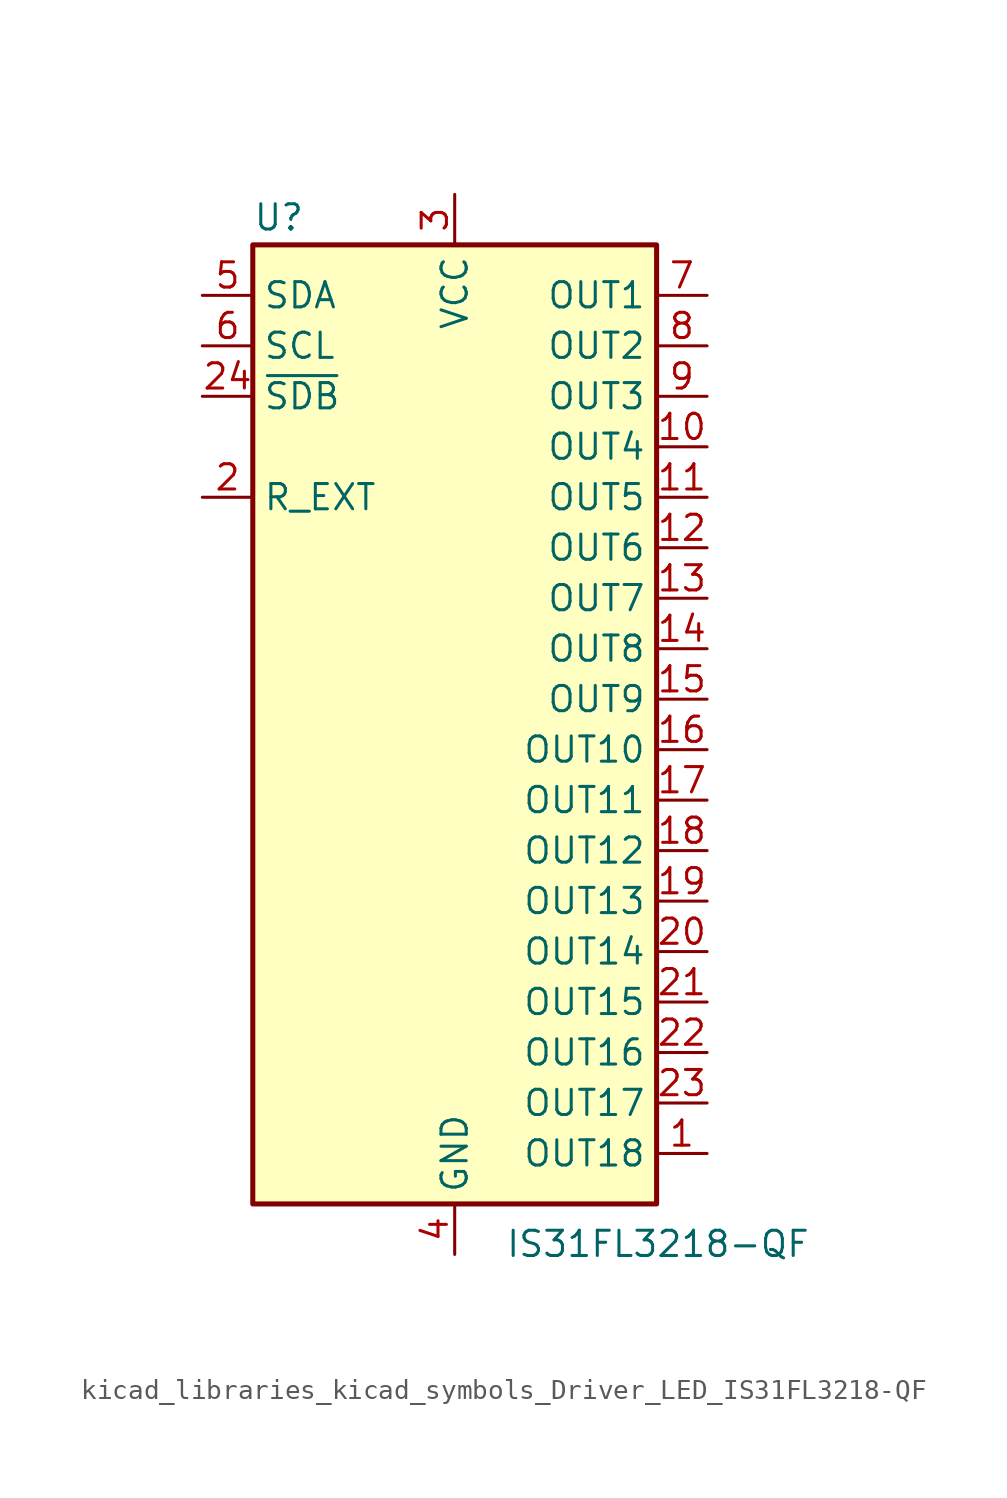
<source format=kicad_sym>
(kicad_symbol_lib
  (version 20220914)
  (generator kicad_symbol_editor)
  (symbol "kicad_libraries_kicad_symbols_Driver_LED_IS31FL3218-QF"
    (property "Reference" "U"
      (at -10.16 26.035 0)
      (effects (font (size 1.27 1.27)) (justify left bottom)))
    (property "Value" "IS31FL3218-QF"
      (at 2.54 -24.13 0)
      (effects (font (size 1.27 1.27)) (justify left top)))
    (symbol "kicad_libraries_kicad_symbols_Driver_LED_IS31FL3218-QF_0_1"
      (rectangle (start -10.16 25.4) (end 10.16 -22.86) (stroke (width 0.254) (type default)) (fill (type background))))
    (symbol "kicad_libraries_kicad_symbols_Driver_LED_IS31FL3218-QF_1_1"
      (pin open_collector line (at 12.7 -20.32 180) (length 2.54) (name "OUT18" (effects (font (size 1.27 1.27)))) (number "1" (effects (font (size 1.27 1.27)))))
      (pin open_collector line (at 12.7 15.24 180) (length 2.54) (name "OUT4" (effects (font (size 1.27 1.27)))) (number "10" (effects (font (size 1.27 1.27)))))
      (pin open_collector line (at 12.7 12.7 180) (length 2.54) (name "OUT5" (effects (font (size 1.27 1.27)))) (number "11" (effects (font (size 1.27 1.27)))))
      (pin open_collector line (at 12.7 10.16 180) (length 2.54) (name "OUT6" (effects (font (size 1.27 1.27)))) (number "12" (effects (font (size 1.27 1.27)))))
      (pin open_collector line (at 12.7 7.62 180) (length 2.54) (name "OUT7" (effects (font (size 1.27 1.27)))) (number "13" (effects (font (size 1.27 1.27)))))
      (pin open_collector line (at 12.7 5.08 180) (length 2.54) (name "OUT8" (effects (font (size 1.27 1.27)))) (number "14" (effects (font (size 1.27 1.27)))))
      (pin open_collector line (at 12.7 2.54 180) (length 2.54) (name "OUT9" (effects (font (size 1.27 1.27)))) (number "15" (effects (font (size 1.27 1.27)))))
      (pin open_collector line (at 12.7 0 180) (length 2.54) (name "OUT10" (effects (font (size 1.27 1.27)))) (number "16" (effects (font (size 1.27 1.27)))))
      (pin open_collector line (at 12.7 -2.54 180) (length 2.54) (name "OUT11" (effects (font (size 1.27 1.27)))) (number "17" (effects (font (size 1.27 1.27)))))
      (pin open_collector line (at 12.7 -5.08 180) (length 2.54) (name "OUT12" (effects (font (size 1.27 1.27)))) (number "18" (effects (font (size 1.27 1.27)))))
      (pin open_collector line (at 12.7 -7.62 180) (length 2.54) (name "OUT13" (effects (font (size 1.27 1.27)))) (number "19" (effects (font (size 1.27 1.27)))))
      (pin passive line (at -12.7 12.7 0) (length 2.54) (name "R_EXT" (effects (font (size 1.27 1.27)))) (number "2" (effects (font (size 1.27 1.27)))))
      (pin open_collector line (at 12.7 -10.16 180) (length 2.54) (name "OUT14" (effects (font (size 1.27 1.27)))) (number "20" (effects (font (size 1.27 1.27)))))
      (pin open_collector line (at 12.7 -12.7 180) (length 2.54) (name "OUT15" (effects (font (size 1.27 1.27)))) (number "21" (effects (font (size 1.27 1.27)))))
      (pin open_collector line (at 12.7 -15.24 180) (length 2.54) (name "OUT16" (effects (font (size 1.27 1.27)))) (number "22" (effects (font (size 1.27 1.27)))))
      (pin open_collector line (at 12.7 -17.78 180) (length 2.54) (name "OUT17" (effects (font (size 1.27 1.27)))) (number "23" (effects (font (size 1.27 1.27)))))
      (pin input line (at -12.7 17.78 0) (length 2.54) (name "~{SDB}" (effects (font (size 1.27 1.27)))) (number "24" (effects (font (size 1.27 1.27)))))
      (pin passive line (at 0 -25.4 90) (length 2.54) hide (name "GND" (effects (font (size 1.27 1.27)))) (number "25" (effects (font (size 1.27 1.27)))))
      (pin power_in line (at 0 27.94 270) (length 2.54) (name "VCC" (effects (font (size 1.27 1.27)))) (number "3" (effects (font (size 1.27 1.27)))))
      (pin power_in line (at 0 -25.4 90) (length 2.54) (name "GND" (effects (font (size 1.27 1.27)))) (number "4" (effects (font (size 1.27 1.27)))))
      (pin bidirectional line (at -12.7 22.86 0) (length 2.54) (name "SDA" (effects (font (size 1.27 1.27)))) (number "5" (effects (font (size 1.27 1.27)))))
      (pin input line (at -12.7 20.32 0) (length 2.54) (name "SCL" (effects (font (size 1.27 1.27)))) (number "6" (effects (font (size 1.27 1.27)))))
      (pin open_collector line (at 12.7 22.86 180) (length 2.54) (name "OUT1" (effects (font (size 1.27 1.27)))) (number "7" (effects (font (size 1.27 1.27)))))
      (pin open_collector line (at 12.7 20.32 180) (length 2.54) (name "OUT2" (effects (font (size 1.27 1.27)))) (number "8" (effects (font (size 1.27 1.27)))))
      (pin open_collector line (at 12.7 17.78 180) (length 2.54) (name "OUT3" (effects (font (size 1.27 1.27)))) (number "9" (effects (font (size 1.27 1.27))))))))
</source>
